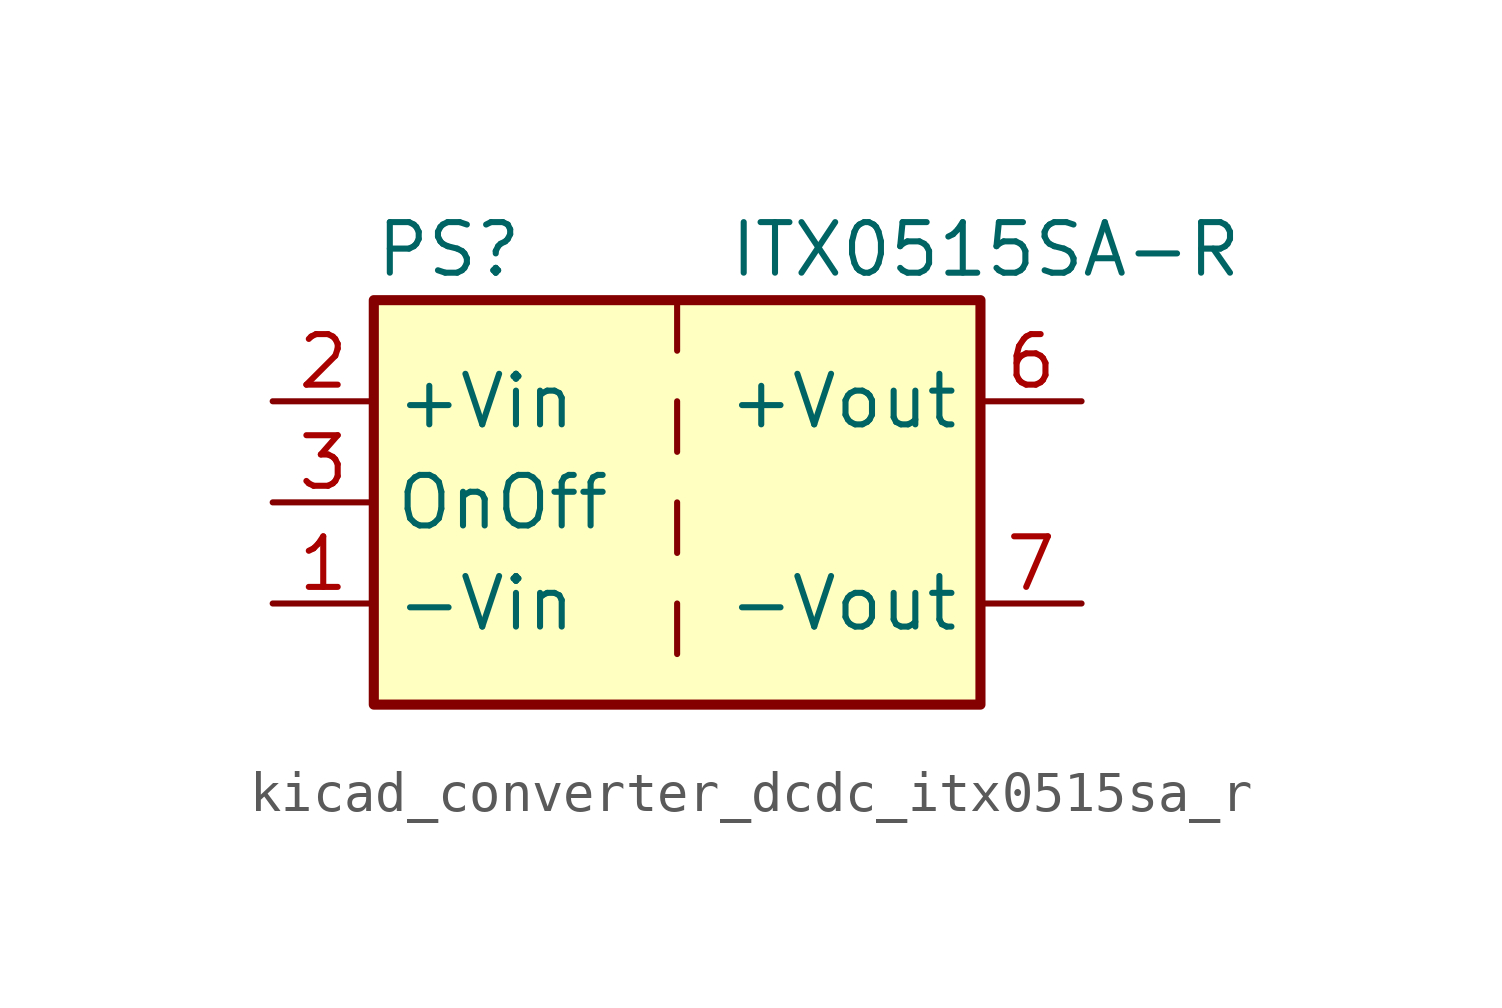
<source format=kicad_sym>
(kicad_symbol_lib
  (version 20220914)
  (generator kicad_symbol_editor)
  (symbol "kicad_converter_dcdc_itx0515sa_r"
    (property "Reference" "PS"
      (at -7.62 6.35 0)
      (effects (font (size 1.27 1.27)) (justify left)))
    (property "Value" "ITX0515SA-R"
      (at 1.27 6.35 0)
      (effects (font (size 1.27 1.27)) (justify left)))
    (symbol "kicad_converter_dcdc_itx0515sa_r_0_0"
      (pin power_in line (at -10.16 -2.54 0) (length 2.54) (name "-Vin" (effects (font (size 1.27 1.27)))) (number "1" (effects (font (size 1.27 1.27)))))
      (pin power_in line (at -10.16 2.54 0) (length 2.54) (name "+Vin" (effects (font (size 1.27 1.27)))) (number "2" (effects (font (size 1.27 1.27)))))
      (pin input line (at -10.16 0 0) (length 2.54) (name "OnOff" (effects (font (size 1.27 1.27)))) (number "3" (effects (font (size 1.27 1.27)))))
      (pin no_connect line (at 0 5.08 270) (length 2.54) hide (name "NC" (effects (font (size 1.27 1.27)))) (number "5" (effects (font (size 1.27 1.27)))))
      (pin power_out line (at 10.16 2.54 180) (length 2.54) (name "+Vout" (effects (font (size 1.27 1.27)))) (number "6" (effects (font (size 1.27 1.27)))))
      (pin power_out line (at 10.16 -2.54 180) (length 2.54) (name "-Vout" (effects (font (size 1.27 1.27)))) (number "7" (effects (font (size 1.27 1.27)))))
      (pin no_connect line (at 7.62 0 180) (length 2.54) hide (name "NC" (effects (font (size 1.27 1.27)))) (number "8" (effects (font (size 1.27 1.27))))))
    (symbol "kicad_converter_dcdc_itx0515sa_r_0_1"
      (rectangle (start -7.62 5.08) (end 7.62 -5.08) (stroke (width 0.254) (type default)) (fill (type background)))
      (polyline (pts (xy 0 -2.54) (xy 0 -3.81)) (stroke (width 0) (type default)) (fill (type none)))
      (polyline (pts (xy 0 0) (xy 0 -1.27)) (stroke (width 0) (type default)) (fill (type none)))
      (polyline (pts (xy 0 2.54) (xy 0 1.27)) (stroke (width 0) (type default)) (fill (type none)))
      (polyline (pts (xy 0 5.08) (xy 0 3.81)) (stroke (width 0) (type default)) (fill (type none))))))
</source>
